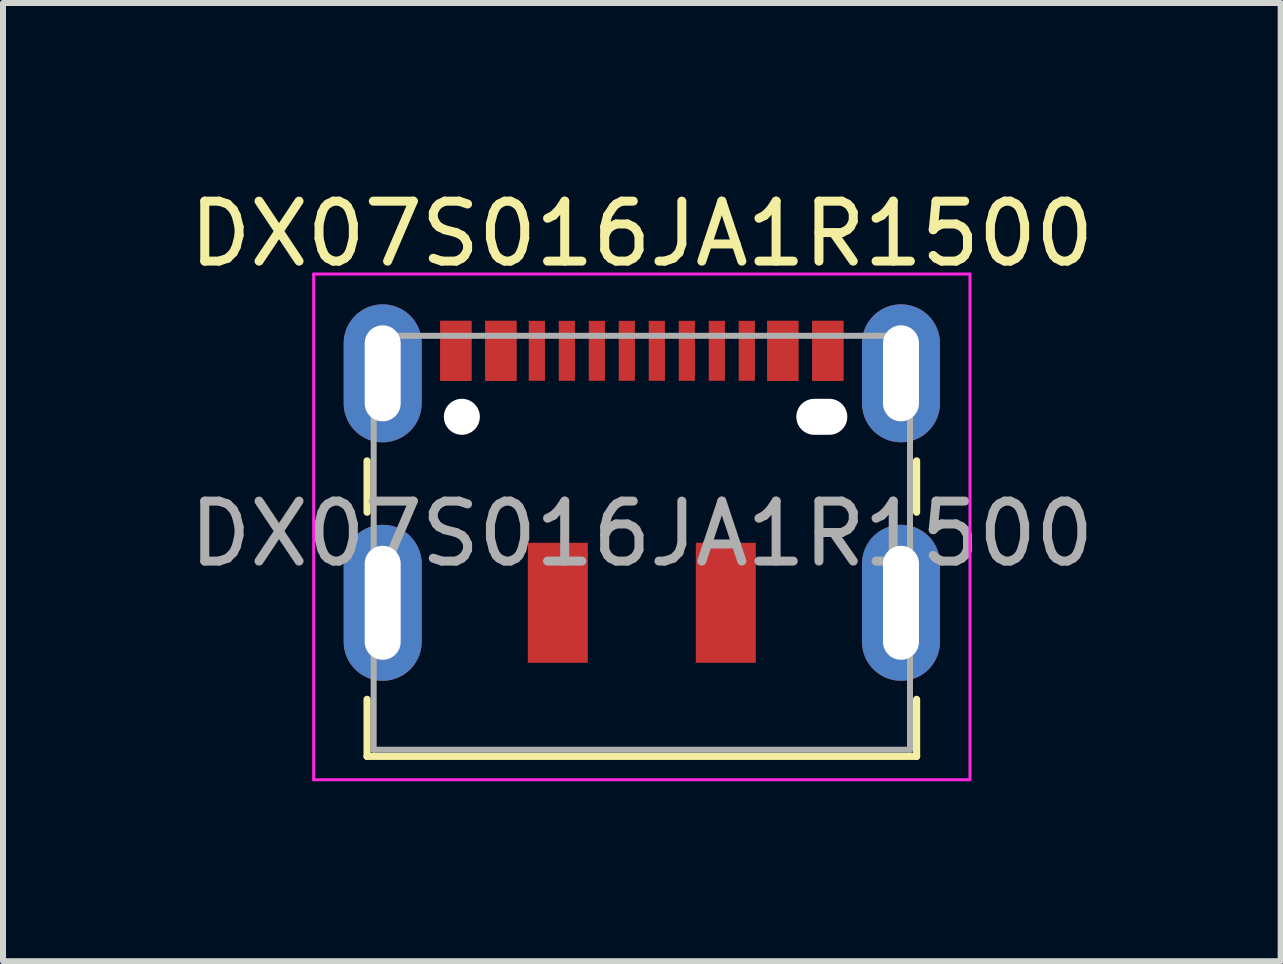
<source format=kicad_pcb>
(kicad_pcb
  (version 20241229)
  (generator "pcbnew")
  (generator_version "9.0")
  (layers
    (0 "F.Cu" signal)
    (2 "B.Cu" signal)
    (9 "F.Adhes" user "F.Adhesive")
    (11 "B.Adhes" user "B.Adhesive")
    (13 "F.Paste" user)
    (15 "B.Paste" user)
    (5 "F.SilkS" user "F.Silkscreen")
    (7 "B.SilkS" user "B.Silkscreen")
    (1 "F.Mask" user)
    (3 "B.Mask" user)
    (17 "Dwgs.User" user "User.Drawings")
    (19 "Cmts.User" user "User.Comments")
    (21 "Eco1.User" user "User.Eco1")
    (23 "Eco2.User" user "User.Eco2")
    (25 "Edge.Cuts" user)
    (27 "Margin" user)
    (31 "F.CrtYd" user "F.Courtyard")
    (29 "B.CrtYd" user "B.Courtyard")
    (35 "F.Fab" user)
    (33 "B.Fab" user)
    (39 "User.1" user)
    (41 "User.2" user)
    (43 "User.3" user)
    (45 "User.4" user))
  (footprint "DX07S016JA1R1500"
    (layer "F.Cu")
    (at 7.649 5.848)
    (property "Reference" "DX07S016JA1R1500" (at 0 -5 0) (layer "F.SilkS") (effects (font (size 1 1) (thickness 0.15))))
    (attr smd)
    (fp_line (start -4.58 -1.215) (end -4.58 -0.36) (stroke (width 0.12) (type solid)) (layer "F.SilkS"))
    (fp_line (start -4.58 2.76) (end -4.58 3.71) (stroke (width 0.12) (type solid)) (layer "F.SilkS"))
    (fp_line (start -4.58 3.71) (end 4.58 3.71) (stroke (width 0.12) (type solid)) (layer "F.SilkS"))
    (fp_line (start 4.58 -1.215) (end 4.58 -0.36) (stroke (width 0.12) (type solid)) (layer "F.SilkS"))
    (fp_line (start 4.58 2.76) (end 4.58 3.71) (stroke (width 0.12) (type solid)) (layer "F.SilkS"))
    (fp_line (start -5.47 -4.33) (end -5.47 4.1) (stroke (width 0.05) (type solid)) (layer "F.CrtYd"))
    (fp_line (start -5.47 -4.33) (end 5.47 -4.33) (stroke (width 0.05) (type solid)) (layer "F.CrtYd"))
    (fp_line (start -5.47 4.1) (end 5.47 4.1) (stroke (width 0.05) (type solid)) (layer "F.CrtYd"))
    (fp_line (start 5.47 -4.33) (end 5.47 4.1) (stroke (width 0.05) (type solid)) (layer "F.CrtYd"))
    (fp_line (start -4.47 -3.3) (end -4.47 3.6) (stroke (width 0.1) (type solid)) (layer "F.Fab"))
    (fp_line (start -4.47 -3.3) (end 4.47 -3.3) (stroke (width 0.1) (type solid)) (layer "F.Fab"))
    (fp_line (start -4.47 3.6) (end 4.47 3.6) (stroke (width 0.1) (type solid)) (layer "F.Fab"))
    (fp_line (start 4.47 -3.3) (end 4.47 3.6) (stroke (width 0.1) (type solid)) (layer "F.Fab"))
    (fp_text user "${REFERENCE}" (at 0 0 0) (layer "F.Fab") (effects (font (size 1 1) (thickness 0.15))))
    (pad "" np_thru_hole circle (at -3 -1.95) (size 0.6 0.6) (drill 0.6) (layers "*.Cu" "*.Mask"))
    (pad "" np_thru_hole oval (at 3 -1.95) (size 0.85 0.6) (drill oval 0.85 0.6) (layers "*.Cu" "*.Mask"))
    (pad "A1" smd rect (at -3.1 -3.05) (size 0.52 1) (layers "F.Cu" "F.Mask" "F.Paste"))
    (pad "A4" smd rect (at -2.35 -3.05) (size 0.52 1) (layers "F.Cu" "F.Mask" "F.Paste"))
    (pad "A5" smd rect (at -1.75 -3.05) (size 0.27 1) (layers "F.Cu" "F.Mask" "F.Paste"))
    (pad "A6" smd rect (at -0.25 -3.05) (size 0.27 1) (layers "F.Cu" "F.Mask" "F.Paste"))
    (pad "A7" smd rect (at 0.75 -3.05) (size 0.27 1) (layers "F.Cu" "F.Mask" "F.Paste"))
    (pad "A8" smd rect (at 1.75 -3.05) (size 0.27 1) (layers "F.Cu" "F.Mask" "F.Paste"))
    (pad "A9" smd rect (at 2.35 -3.05) (size 0.52 1) (layers "F.Cu" "F.Mask" "F.Paste"))
    (pad "A12" smd rect (at 3.1 -3.05) (size 0.52 1) (layers "F.Cu" "F.Mask" "F.Paste"))
    (pad "B1" smd rect (at 3.1 -3.05) (size 0.52 1) (layers "F.Cu" "F.Mask" "F.Paste"))
    (pad "B4" smd rect (at 2.35 -3.05) (size 0.52 1) (layers "F.Cu" "F.Mask" "F.Paste"))
    (pad "B5" smd rect (at 1.25 -3.05) (size 0.27 1) (layers "F.Cu" "F.Mask" "F.Paste"))
    (pad "B6" smd rect (at 0.25 -3.05) (size 0.27 1) (layers "F.Cu" "F.Mask" "F.Paste"))
    (pad "B7" smd rect (at -0.75 -3.05) (size 0.27 1) (layers "F.Cu" "F.Mask" "F.Paste"))
    (pad "B8" smd rect (at -1.25 -3.05) (size 0.27 1) (layers "F.Cu" "F.Mask" "F.Paste"))
    (pad "B9" smd rect (at -2.35 -3.05) (size 0.52 1) (layers "F.Cu" "F.Mask" "F.Paste"))
    (pad "B12" smd rect (at -3.1 -3.05) (size 0.52 1) (layers "F.Cu" "F.Mask" "F.Paste"))
    (pad "S1" thru_hole oval (at -4.32 -2.675) (size 1.3 2.3) (drill oval 0.6 1.6) (layers "*.Cu" "*.Mask"))
    (pad "S1" thru_hole oval (at -4.32 1.15) (size 1.3 2.6) (drill oval 0.6 1.9) (layers "*.Cu" "*.Mask"))
    (pad "S1" smd rect (at -1.4 1.15) (size 1 2) (layers "F.Cu" "F.Mask" "F.Paste"))
    (pad "S1" smd rect (at 1.4 1.15) (size 1 2) (layers "F.Cu" "F.Mask" "F.Paste"))
    (pad "S1" thru_hole oval (at 4.32 -2.675) (size 1.3 2.3) (drill oval 0.6 1.6) (layers "*.Cu" "*.Mask"))
    (pad "S1" thru_hole oval (at 4.32 1.15) (size 1.3 2.6) (drill oval 0.6 1.9) (layers "*.Cu" "*.Mask")))
  (gr_rect
    (start -3 -3)
    (end 18.298 12.973)
    (stroke (width 0.1) (type default))
    (fill no)
    (layer "Edge.Cuts")))
</source>
